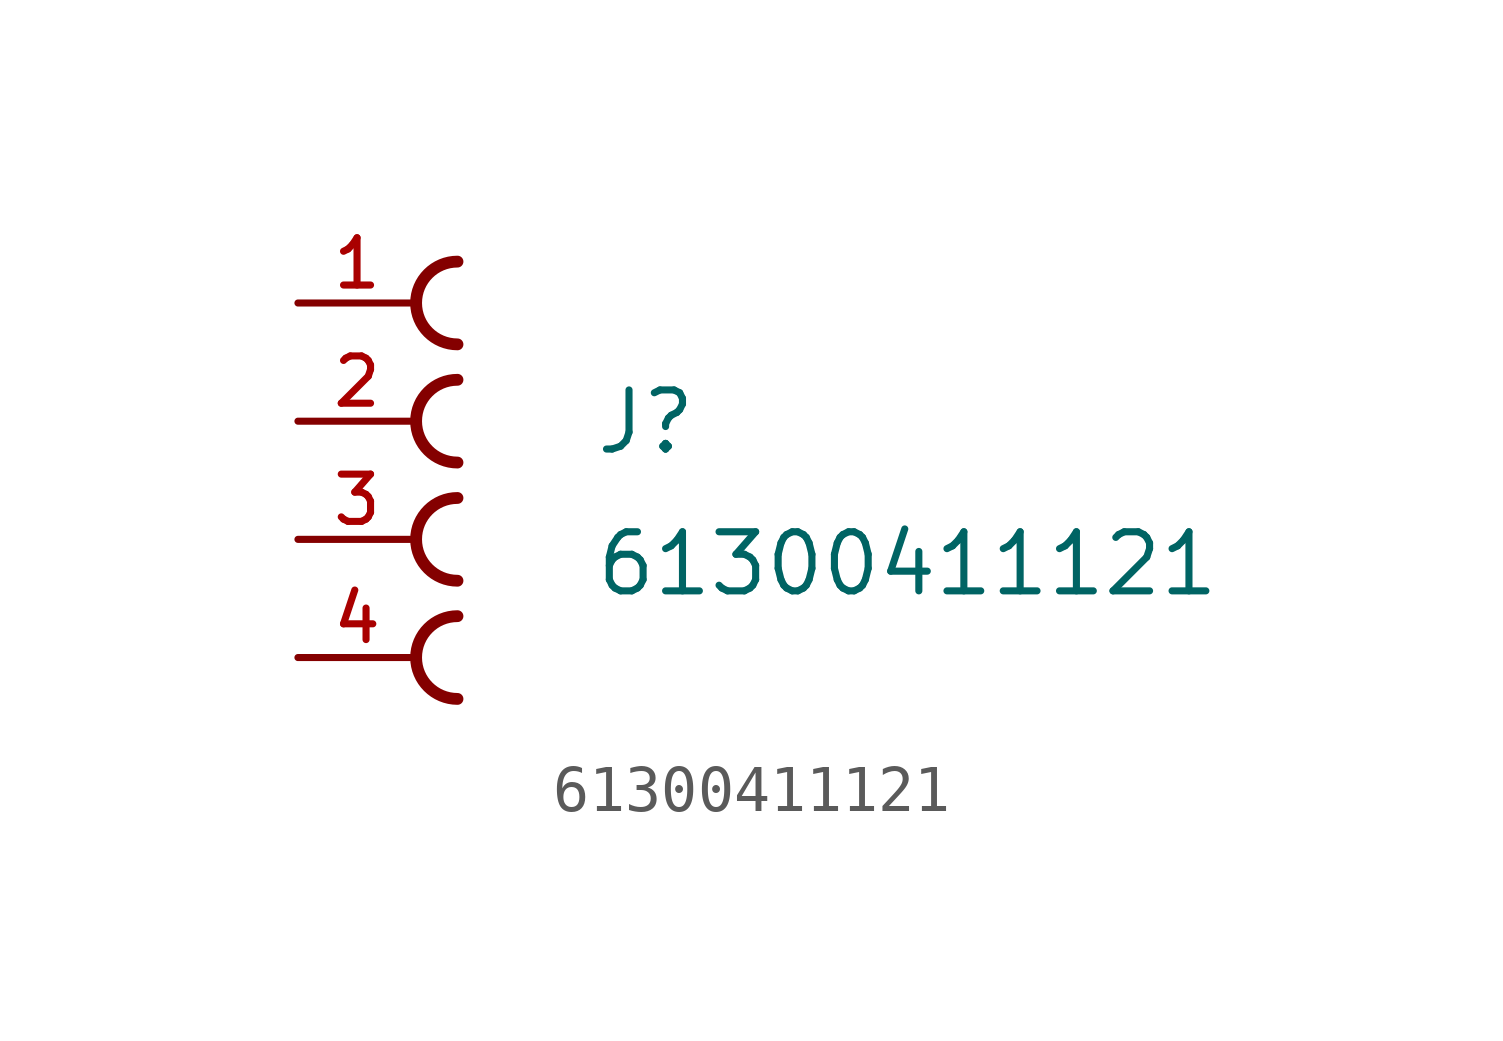
<source format=kicad_sym>
(kicad_symbol_lib
  (version 20211014)
  (generator kicad_symbol_editor)
  (symbol "61300411121"
    (pin_names
      (offset 1.016))
    (property "Reference" "J"
      (at 3.81 -0.762 0)
      (effects (font (size 1.27 1.27)) (justify bottom left)))
    (property "Value" "61300411121"
      (at 3.81 -3.81 0)
      (effects (font (size 1.27 1.27)) (justify bottom left)))
    (symbol "61300411121_0_0"
      (arc (start 0.889 1.651) (mid 0.0 2.54) (end 0.889 3.429) (stroke (width 0.254) (type default) (color 0 0 0 0)) (fill (type none)))
      (arc (start 0.889 -0.889) (mid 0.0 0.0) (end 0.889 0.889) (stroke (width 0.254) (type default) (color 0 0 0 0)) (fill (type none)))
      (arc (start 0.889 -3.429) (mid 0.0 -2.54) (end 0.889 -1.651) (stroke (width 0.254) (type default) (color 0 0 0 0)) (fill (type none)))
      (arc (start 0.889 -5.969) (mid -0.0 -5.08) (end 0.889 -4.191) (stroke (width 0.254) (type default) (color 0 0 0 0)) (fill (type none)))
      (pin passive line (at -2.54 2.54 0) (length 2.54) (name "~" (effects (font (size 1.016 1.016)))) (number "1" (effects (font (size 1.016 1.016)))))
      (pin passive line (at -2.54 0.0 0) (length 2.54) (name "~" (effects (font (size 1.016 1.016)))) (number "2" (effects (font (size 1.016 1.016)))))
      (pin passive line (at -2.54 -2.54 0) (length 2.54) (name "~" (effects (font (size 1.016 1.016)))) (number "3" (effects (font (size 1.016 1.016)))))
      (pin passive line (at -2.54 -5.08 0) (length 2.54) (name "~" (effects (font (size 1.016 1.016)))) (number "4" (effects (font (size 1.016 1.016))))))))
</source>
